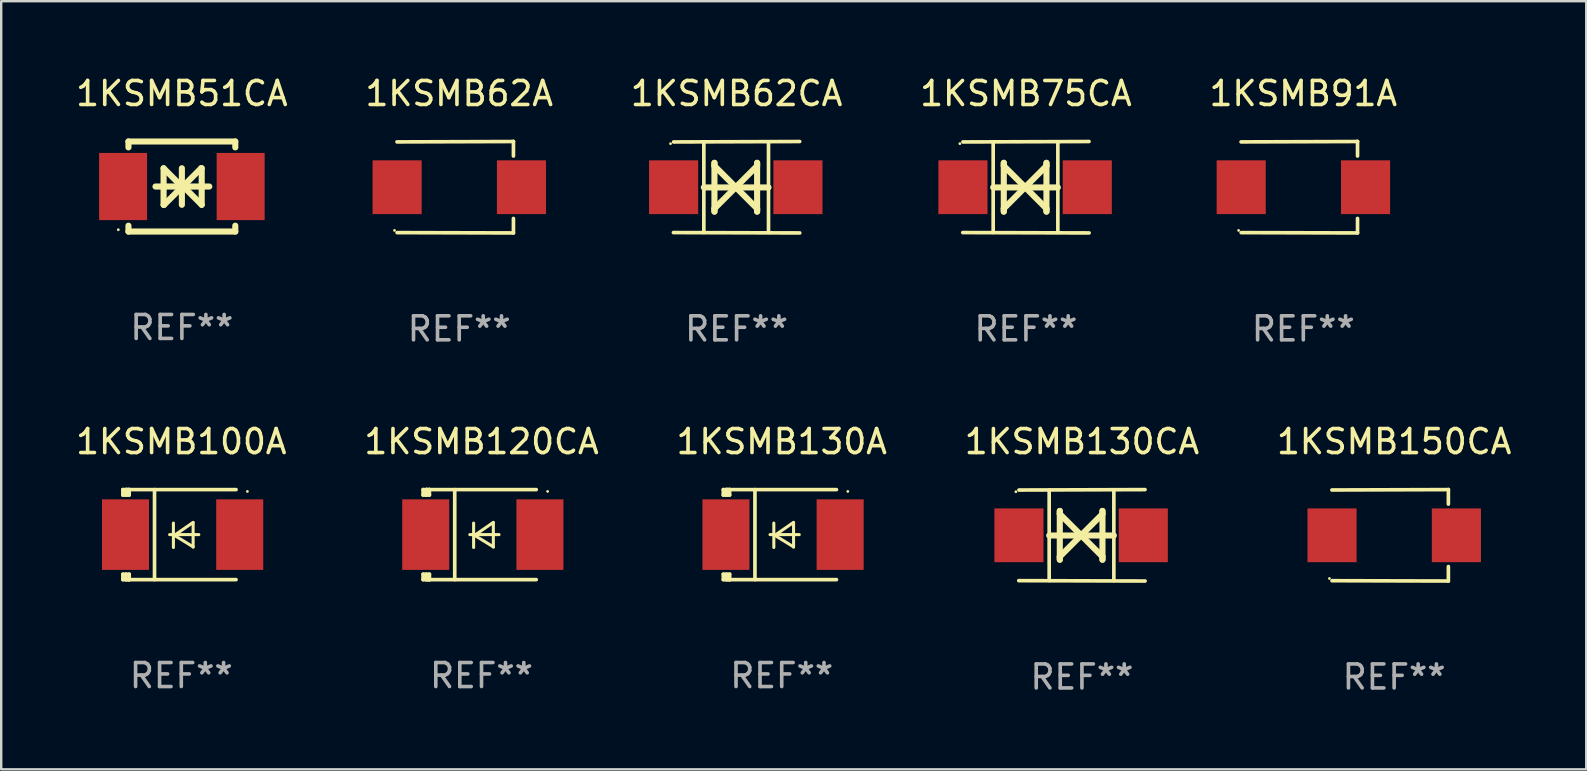
<source format=kicad_pcb>
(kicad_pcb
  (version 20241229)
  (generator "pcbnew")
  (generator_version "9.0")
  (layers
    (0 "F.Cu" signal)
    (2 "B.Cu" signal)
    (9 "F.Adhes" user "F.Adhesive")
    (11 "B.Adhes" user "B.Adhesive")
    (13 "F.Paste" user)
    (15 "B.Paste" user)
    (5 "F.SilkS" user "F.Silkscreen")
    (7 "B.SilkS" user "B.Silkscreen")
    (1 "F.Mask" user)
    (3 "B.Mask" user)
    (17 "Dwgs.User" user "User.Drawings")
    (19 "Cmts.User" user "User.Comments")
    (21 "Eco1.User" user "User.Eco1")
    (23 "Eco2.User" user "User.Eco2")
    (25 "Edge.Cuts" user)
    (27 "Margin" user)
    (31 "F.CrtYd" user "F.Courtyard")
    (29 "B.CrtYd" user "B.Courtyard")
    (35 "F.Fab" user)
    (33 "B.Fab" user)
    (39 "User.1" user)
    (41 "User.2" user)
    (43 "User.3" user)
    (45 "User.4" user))
  (footprint "1KSMB51CA"
    (layer "F.Cu")
    (at 4.53 4.724)
    (property "Reference" "1KSMB51CA" (at 0 -3.876 0) (layer "F.SilkS") (effects (font (size 1 1) (thickness 0.15))))
    (attr through_hole)
    (fp_line (start -2.226 -1.876) (end -2.226 -1.631) (stroke (width 0.254) (type solid)) (layer "F.SilkS"))
    (fp_line (start -2.226 -1.876) (end 2.226 -1.876) (stroke (width 0.254) (type solid)) (layer "F.SilkS"))
    (fp_line (start -2.226 1.631) (end -2.226 1.876) (stroke (width 0.254) (type solid)) (layer "F.SilkS"))
    (fp_line (start -2.226 1.876) (end 2.226 1.876) (stroke (width 0.254) (type solid)) (layer "F.SilkS"))
    (fp_line (start -1.1 0) (end 1.143 0) (stroke (width 0.254) (type solid)) (layer "F.SilkS"))
    (fp_line (start -0.762 -0.762) (end -0.762 0.762) (stroke (width 0.254) (type solid)) (layer "F.SilkS"))
    (fp_line (start -0.762 0.762) (end -0.741 0.762) (stroke (width 0.254) (type solid)) (layer "F.SilkS"))
    (fp_line (start -0.741 0.762) (end 0.021 0) (stroke (width 0.254) (type solid)) (layer "F.SilkS"))
    (fp_line (start 0 -0.762) (end 0 0.762) (stroke (width 0.254) (type solid)) (layer "F.SilkS"))
    (fp_line (start 0 0) (end -0.762 -0.762) (stroke (width 0.254) (type solid)) (layer "F.SilkS"))
    (fp_line (start 0.021 0) (end 0 0) (stroke (width 0.254) (type solid)) (layer "F.SilkS"))
    (fp_line (start 0.042 0) (end 0.064 0) (stroke (width 0.254) (type solid)) (layer "F.SilkS"))
    (fp_line (start 0.064 0) (end 0.826 0.762) (stroke (width 0.254) (type solid)) (layer "F.SilkS"))
    (fp_line (start 0.804 -0.762) (end 0.042 0) (stroke (width 0.254) (type solid)) (layer "F.SilkS"))
    (fp_line (start 0.826 -0.762) (end 0.804 -0.762) (stroke (width 0.254) (type solid)) (layer "F.SilkS"))
    (fp_line (start 0.826 0.762) (end 0.826 -0.762) (stroke (width 0.254) (type solid)) (layer "F.SilkS"))
    (fp_line (start 2.226 -1.876) (end 2.226 -1.631) (stroke (width 0.254) (type solid)) (layer "F.SilkS"))
    (fp_line (start 2.226 1.631) (end 2.226 1.876) (stroke (width 0.254) (type solid)) (layer "F.SilkS"))
    (fp_circle (center -2.65 1.8) (end -2.62 1.8) (stroke (width 0.06) (type solid)) (fill no) (layer "F.SilkS"))
    (fp_text user "REF**" (at 0 5.876 0) (layer "F.Fab") (effects (font (size 1 1) (thickness 0.15))))
    (pad "1" smd rect (at -2.45 0 180) (size 2 2.8) (layers "F.Cu" "F.Mask" "F.Paste"))
    (pad "2" smd rect (at 2.45 0 180) (size 2 2.8) (layers "F.Cu" "F.Mask" "F.Paste")))
  (footprint "1KSMB130CA"
    (layer "F.Cu")
    (at 42.042 19.26)
    (property "Reference" "1KSMB130CA" (at 0 -3.905 0) (layer "F.SilkS") (effects (font (size 1 1) (thickness 0.15))))
    (attr through_hole)
    (fp_line (start -1.365 1.886) (end -1.365 -1.886) (stroke (width 0.152) (type solid)) (layer "F.SilkS"))
    (fp_line (start -1.365 0.008) (end 1.33 0.008) (stroke (width 0.254) (type solid)) (layer "F.SilkS"))
    (fp_line (start -0.923 -1.016) (end -0.923 1.016) (stroke (width 0.254) (type solid)) (layer "F.SilkS"))
    (fp_line (start -0.923 -0.889) (end -0.923 -1.016) (stroke (width 0.254) (type solid)) (layer "F.SilkS"))
    (fp_line (start -0.923 0.889) (end -0.034 0) (stroke (width 0.254) (type solid)) (layer "F.SilkS"))
    (fp_line (start -0.923 1.016) (end -0.923 0.889) (stroke (width 0.254) (type solid)) (layer "F.SilkS"))
    (fp_line (start -0.034 0) (end -0.923 -0.889) (stroke (width 0.254) (type solid)) (layer "F.SilkS"))
    (fp_line (start -0.034 0) (end 0.855 0.889) (stroke (width 0.254) (type solid)) (layer "F.SilkS"))
    (fp_line (start 0.855 -1.016) (end 0.855 -0.889) (stroke (width 0.254) (type solid)) (layer "F.SilkS"))
    (fp_line (start 0.855 -0.889) (end -0.034 0) (stroke (width 0.254) (type solid)) (layer "F.SilkS"))
    (fp_line (start 0.855 0.889) (end 0.855 1.016) (stroke (width 0.254) (type solid)) (layer "F.SilkS"))
    (fp_line (start 0.855 1.016) (end 0.855 -1.016) (stroke (width 0.254) (type solid)) (layer "F.SilkS"))
    (fp_line (start 1.33 1.886) (end 1.33 -1.886) (stroke (width 0.152) (type solid)) (layer "F.SilkS"))
    (fp_line (start 2.629 -1.905) (end -2.625 -1.887) (stroke (width 0.152) (type solid)) (layer "F.SilkS"))
    (fp_line (start 2.633 1.905) (end -2.633 1.89) (stroke (width 0.152) (type solid)) (layer "F.SilkS"))
    (fp_circle (center -2.753 -1.816) (end -2.723 -1.816) (stroke (width 0.06) (type solid)) (fill no) (layer "F.SilkS"))
    (fp_text user "REF**" (at 0 5.905 0) (layer "F.Fab") (effects (font (size 1 1) (thickness 0.15))))
    (pad "1" smd rect (at -2.625 0) (size 2.047 2.241) (layers "F.Cu" "F.Mask" "F.Paste"))
    (pad "2" smd rect (at 2.557 0) (size 2.047 2.241) (layers "F.Cu" "F.Mask" "F.Paste")))
  (footprint "1KSMB62CA"
    (layer "F.Cu")
    (at 27.649 4.753)
    (property "Reference" "1KSMB62CA" (at 0 -3.905 0) (layer "F.SilkS") (effects (font (size 1 1) (thickness 0.15))))
    (attr through_hole)
    (fp_line (start -1.365 1.886) (end -1.365 -1.886) (stroke (width 0.152) (type solid)) (layer "F.SilkS"))
    (fp_line (start -1.365 0.008) (end 1.33 0.008) (stroke (width 0.254) (type solid)) (layer "F.SilkS"))
    (fp_line (start -0.923 -1.016) (end -0.923 1.016) (stroke (width 0.254) (type solid)) (layer "F.SilkS"))
    (fp_line (start -0.923 -0.889) (end -0.923 -1.016) (stroke (width 0.254) (type solid)) (layer "F.SilkS"))
    (fp_line (start -0.923 0.889) (end -0.034 0) (stroke (width 0.254) (type solid)) (layer "F.SilkS"))
    (fp_line (start -0.923 1.016) (end -0.923 0.889) (stroke (width 0.254) (type solid)) (layer "F.SilkS"))
    (fp_line (start -0.034 0) (end -0.923 -0.889) (stroke (width 0.254) (type solid)) (layer "F.SilkS"))
    (fp_line (start -0.034 0) (end 0.855 0.889) (stroke (width 0.254) (type solid)) (layer "F.SilkS"))
    (fp_line (start 0.855 -1.016) (end 0.855 -0.889) (stroke (width 0.254) (type solid)) (layer "F.SilkS"))
    (fp_line (start 0.855 -0.889) (end -0.034 0) (stroke (width 0.254) (type solid)) (layer "F.SilkS"))
    (fp_line (start 0.855 0.889) (end 0.855 1.016) (stroke (width 0.254) (type solid)) (layer "F.SilkS"))
    (fp_line (start 0.855 1.016) (end 0.855 -1.016) (stroke (width 0.254) (type solid)) (layer "F.SilkS"))
    (fp_line (start 1.33 1.886) (end 1.33 -1.886) (stroke (width 0.152) (type solid)) (layer "F.SilkS"))
    (fp_line (start 2.629 -1.905) (end -2.625 -1.887) (stroke (width 0.152) (type solid)) (layer "F.SilkS"))
    (fp_line (start 2.633 1.905) (end -2.633 1.89) (stroke (width 0.152) (type solid)) (layer "F.SilkS"))
    (fp_circle (center -2.753 -1.816) (end -2.723 -1.816) (stroke (width 0.06) (type solid)) (fill no) (layer "F.SilkS"))
    (fp_text user "REF**" (at 0 5.905 0) (layer "F.Fab") (effects (font (size 1 1) (thickness 0.15))))
    (pad "1" smd rect (at -2.625 0) (size 2.047 2.241) (layers "F.Cu" "F.Mask" "F.Paste"))
    (pad "2" smd rect (at 2.557 0) (size 2.047 2.241) (layers "F.Cu" "F.Mask" "F.Paste")))
  (footprint "1KSMB120CA"
    (layer "F.Cu")
    (at 17.018 19.231)
    (property "Reference" "1KSMB120CA" (at 0 -3.876 0) (layer "F.SilkS") (effects (font (size 1 1) (thickness 0.15))))
    (attr through_hole)
    (fp_line (start -2.435 1.65) (end -2.171 1.65) (stroke (width 0.152) (type solid)) (layer "F.SilkS"))
    (fp_line (start -2.435 1.876) (end -2.435 1.65) (stroke (width 0.152) (type solid)) (layer "F.SilkS"))
    (fp_line (start -2.435 -1.876) (end -2.171 -1.876) (stroke (width 0.152) (type solid)) (layer "F.SilkS"))
    (fp_line (start -2.435 -1.65) (end -2.435 -1.876) (stroke (width 0.152) (type solid)) (layer "F.SilkS"))
    (fp_line (start -2.305 -1.866) (end -2.295 -1.876) (stroke (width 0.152) (type solid)) (layer "F.SilkS"))
    (fp_line (start -2.305 -1.65) (end -2.305 -1.866) (stroke (width 0.152) (type solid)) (layer "F.SilkS"))
    (fp_line (start -2.305 1.876) (end -2.305 1.65) (stroke (width 0.152) (type solid)) (layer "F.SilkS"))
    (fp_line (start -2.295 -1.876) (end -2.295 -1.65) (stroke (width 0.152) (type solid)) (layer "F.SilkS"))
    (fp_line (start -2.171 1.876) (end -2.435 1.876) (stroke (width 0.152) (type solid)) (layer "F.SilkS"))
    (fp_line (start -2.171 -1.65) (end -2.435 -1.65) (stroke (width 0.152) (type solid)) (layer "F.SilkS"))
    (fp_line (start -2.171 -1.876) (end -2.295 -1.876) (stroke (width 0.152) (type solid)) (layer "F.SilkS"))
    (fp_line (start -2.171 -1.65) (end -2.171 -1.876) (stroke (width 0.152) (type solid)) (layer "F.SilkS"))
    (fp_line (start -2.171 1.876) (end -2.305 1.876) (stroke (width 0.152) (type solid)) (layer "F.SilkS"))
    (fp_line (start -2.171 1.876) (end -2.171 1.65) (stroke (width 0.152) (type solid)) (layer "F.SilkS"))
    (fp_line (start -1.116 1.876) (end -1.116 -1.876) (stroke (width 0.152) (type solid)) (layer "F.SilkS"))
    (fp_line (start -0.488 0.000102) (end 0.731 0.000102) (stroke (width 0.127) (type solid)) (layer "F.SilkS"))
    (fp_line (start -0.329 -0.48) (end -0.329 0.536) (stroke (width 0.127) (type solid)) (layer "F.SilkS"))
    (fp_line (start -0.29 0.03) (end 0.493 0.51) (stroke (width 0.127) (type solid)) (layer "F.SilkS"))
    (fp_line (start 0.493 -0.51) (end -0.29 0.03) (stroke (width 0.127) (type solid)) (layer "F.SilkS"))
    (fp_line (start 0.493 0.52) (end 0.493 -0.496) (stroke (width 0.127) (type solid)) (layer "F.SilkS"))
    (fp_line (start 2.281 -1.876) (end -2.171 -1.876) (stroke (width 0.152) (type solid)) (layer "F.SilkS"))
    (fp_line (start 2.281 1.876) (end -2.171 1.876) (stroke (width 0.152) (type solid)) (layer "F.SilkS"))
    (fp_circle (center 2.755 -1.8) (end 2.785 -1.8) (stroke (width 0.06) (type solid)) (fill no) (layer "F.SilkS"))
    (fp_text user "REF**" (at 0 5.876 0) (layer "F.Fab") (effects (font (size 1 1) (thickness 0.15))))
    (pad "1" smd rect (at 2.435 -0.000025 180) (size 1.96 2.94) (layers "F.Cu" "F.Mask" "F.Paste"))
    (pad "2" smd rect (at -2.325 -0.000025 180) (size 1.96 2.94) (layers "F.Cu" "F.Mask" "F.Paste")))
  (footprint "1KSMB62A"
    (layer "F.Cu")
    (at 16.089 4.753)
    (property "Reference" "1KSMB62A" (at 0 -3.905 0) (layer "F.SilkS") (effects (font (size 1 1) (thickness 0.15))))
    (attr through_hole)
    (fp_line (start 2.256 -1.905) (end -2.594 -1.889) (stroke (width 0.152) (type solid)) (layer "F.SilkS"))
    (fp_line (start 2.256 -1.905) (end 2.26 -1.905) (stroke (width 0.152) (type solid)) (layer "F.SilkS"))
    (fp_line (start 2.26 -1.905) (end 2.26 -1.301) (stroke (width 0.152) (type solid)) (layer "F.SilkS"))
    (fp_line (start 2.26 1.301) (end 2.26 1.905) (stroke (width 0.152) (type solid)) (layer "F.SilkS"))
    (fp_line (start 2.26 1.905) (end -2.59 1.892) (stroke (width 0.152) (type solid)) (layer "F.SilkS"))
    (fp_circle (center -2.697 1.8) (end -2.667 1.8) (stroke (width 0.06) (type solid)) (fill no) (layer "F.SilkS"))
    (fp_text user "REF**" (at 0 5.905 0) (layer "F.Fab") (effects (font (size 1 1) (thickness 0.15))))
    (pad "1" smd rect (at -2.588 0) (size 2.047 2.241) (layers "F.Cu" "F.Mask" "F.Paste"))
    (pad "2" smd rect (at 2.594 0) (size 2.047 2.241) (layers "F.Cu" "F.Mask" "F.Paste")))
  (footprint "1KSMB75CA"
    (layer "F.Cu")
    (at 39.708 4.753)
    (property "Reference" "1KSMB75CA" (at 0 -3.905 0) (layer "F.SilkS") (effects (font (size 1 1) (thickness 0.15))))
    (attr through_hole)
    (fp_line (start -1.365 1.886) (end -1.365 -1.886) (stroke (width 0.152) (type solid)) (layer "F.SilkS"))
    (fp_line (start -1.365 0.008) (end 1.33 0.008) (stroke (width 0.254) (type solid)) (layer "F.SilkS"))
    (fp_line (start -0.923 -1.016) (end -0.923 1.016) (stroke (width 0.254) (type solid)) (layer "F.SilkS"))
    (fp_line (start -0.923 -0.889) (end -0.923 -1.016) (stroke (width 0.254) (type solid)) (layer "F.SilkS"))
    (fp_line (start -0.923 0.889) (end -0.034 0) (stroke (width 0.254) (type solid)) (layer "F.SilkS"))
    (fp_line (start -0.923 1.016) (end -0.923 0.889) (stroke (width 0.254) (type solid)) (layer "F.SilkS"))
    (fp_line (start -0.034 0) (end -0.923 -0.889) (stroke (width 0.254) (type solid)) (layer "F.SilkS"))
    (fp_line (start -0.034 0) (end 0.855 0.889) (stroke (width 0.254) (type solid)) (layer "F.SilkS"))
    (fp_line (start 0.855 -1.016) (end 0.855 -0.889) (stroke (width 0.254) (type solid)) (layer "F.SilkS"))
    (fp_line (start 0.855 -0.889) (end -0.034 0) (stroke (width 0.254) (type solid)) (layer "F.SilkS"))
    (fp_line (start 0.855 0.889) (end 0.855 1.016) (stroke (width 0.254) (type solid)) (layer "F.SilkS"))
    (fp_line (start 0.855 1.016) (end 0.855 -1.016) (stroke (width 0.254) (type solid)) (layer "F.SilkS"))
    (fp_line (start 1.33 1.886) (end 1.33 -1.886) (stroke (width 0.152) (type solid)) (layer "F.SilkS"))
    (fp_line (start 2.629 -1.905) (end -2.625 -1.887) (stroke (width 0.152) (type solid)) (layer "F.SilkS"))
    (fp_line (start 2.633 1.905) (end -2.633 1.89) (stroke (width 0.152) (type solid)) (layer "F.SilkS"))
    (fp_circle (center -2.753 -1.816) (end -2.723 -1.816) (stroke (width 0.06) (type solid)) (fill no) (layer "F.SilkS"))
    (fp_text user "REF**" (at 0 5.905 0) (layer "F.Fab") (effects (font (size 1 1) (thickness 0.15))))
    (pad "1" smd rect (at -2.625 0) (size 2.047 2.241) (layers "F.Cu" "F.Mask" "F.Paste"))
    (pad "2" smd rect (at 2.557 0) (size 2.047 2.241) (layers "F.Cu" "F.Mask" "F.Paste")))
  (footprint "1KSMB91A"
    (layer "F.Cu")
    (at 51.268 4.753)
    (property "Reference" "1KSMB91A" (at 0 -3.905 0) (layer "F.SilkS") (effects (font (size 1 1) (thickness 0.15))))
    (attr through_hole)
    (fp_line (start 2.256 -1.905) (end -2.594 -1.889) (stroke (width 0.152) (type solid)) (layer "F.SilkS"))
    (fp_line (start 2.256 -1.905) (end 2.26 -1.905) (stroke (width 0.152) (type solid)) (layer "F.SilkS"))
    (fp_line (start 2.26 -1.905) (end 2.26 -1.301) (stroke (width 0.152) (type solid)) (layer "F.SilkS"))
    (fp_line (start 2.26 1.301) (end 2.26 1.905) (stroke (width 0.152) (type solid)) (layer "F.SilkS"))
    (fp_line (start 2.26 1.905) (end -2.59 1.892) (stroke (width 0.152) (type solid)) (layer "F.SilkS"))
    (fp_circle (center -2.697 1.8) (end -2.667 1.8) (stroke (width 0.06) (type solid)) (fill no) (layer "F.SilkS"))
    (fp_text user "REF**" (at 0 5.905 0) (layer "F.Fab") (effects (font (size 1 1) (thickness 0.15))))
    (pad "1" smd rect (at -2.588 0) (size 2.047 2.241) (layers "F.Cu" "F.Mask" "F.Paste"))
    (pad "2" smd rect (at 2.594 0) (size 2.047 2.241) (layers "F.Cu" "F.Mask" "F.Paste")))
  (footprint "1KSMB150CA"
    (layer "F.Cu")
    (at 55.054 19.26)
    (property "Reference" "1KSMB150CA" (at 0 -3.905 0) (layer "F.SilkS") (effects (font (size 1 1) (thickness 0.15))))
    (attr through_hole)
    (fp_line (start 2.256 -1.905) (end -2.594 -1.889) (stroke (width 0.152) (type solid)) (layer "F.SilkS"))
    (fp_line (start 2.256 -1.905) (end 2.26 -1.905) (stroke (width 0.152) (type solid)) (layer "F.SilkS"))
    (fp_line (start 2.26 -1.905) (end 2.26 -1.301) (stroke (width 0.152) (type solid)) (layer "F.SilkS"))
    (fp_line (start 2.26 1.301) (end 2.26 1.905) (stroke (width 0.152) (type solid)) (layer "F.SilkS"))
    (fp_line (start 2.26 1.905) (end -2.59 1.892) (stroke (width 0.152) (type solid)) (layer "F.SilkS"))
    (fp_circle (center -2.697 1.8) (end -2.667 1.8) (stroke (width 0.06) (type solid)) (fill no) (layer "F.SilkS"))
    (fp_text user "REF**" (at 0 5.905 0) (layer "F.Fab") (effects (font (size 1 1) (thickness 0.15))))
    (pad "1" smd rect (at -2.588 0) (size 2.047 2.241) (layers "F.Cu" "F.Mask" "F.Paste"))
    (pad "2" smd rect (at 2.594 0) (size 2.047 2.241) (layers "F.Cu" "F.Mask" "F.Paste")))
  (footprint "1KSMB100A"
    (layer "F.Cu")
    (at 4.506 19.231)
    (property "Reference" "1KSMB100A" (at 0 -3.876 0) (layer "F.SilkS") (effects (font (size 1 1) (thickness 0.15))))
    (attr through_hole)
    (fp_line (start -2.435 1.65) (end -2.171 1.65) (stroke (width 0.152) (type solid)) (layer "F.SilkS"))
    (fp_line (start -2.435 1.876) (end -2.435 1.65) (stroke (width 0.152) (type solid)) (layer "F.SilkS"))
    (fp_line (start -2.435 -1.876) (end -2.171 -1.876) (stroke (width 0.152) (type solid)) (layer "F.SilkS"))
    (fp_line (start -2.435 -1.65) (end -2.435 -1.876) (stroke (width 0.152) (type solid)) (layer "F.SilkS"))
    (fp_line (start -2.305 -1.866) (end -2.295 -1.876) (stroke (width 0.152) (type solid)) (layer "F.SilkS"))
    (fp_line (start -2.305 -1.65) (end -2.305 -1.866) (stroke (width 0.152) (type solid)) (layer "F.SilkS"))
    (fp_line (start -2.305 1.876) (end -2.305 1.65) (stroke (width 0.152) (type solid)) (layer "F.SilkS"))
    (fp_line (start -2.295 -1.876) (end -2.295 -1.65) (stroke (width 0.152) (type solid)) (layer "F.SilkS"))
    (fp_line (start -2.171 1.876) (end -2.435 1.876) (stroke (width 0.152) (type solid)) (layer "F.SilkS"))
    (fp_line (start -2.171 -1.65) (end -2.435 -1.65) (stroke (width 0.152) (type solid)) (layer "F.SilkS"))
    (fp_line (start -2.171 -1.876) (end -2.295 -1.876) (stroke (width 0.152) (type solid)) (layer "F.SilkS"))
    (fp_line (start -2.171 -1.65) (end -2.171 -1.876) (stroke (width 0.152) (type solid)) (layer "F.SilkS"))
    (fp_line (start -2.171 1.876) (end -2.305 1.876) (stroke (width 0.152) (type solid)) (layer "F.SilkS"))
    (fp_line (start -2.171 1.876) (end -2.171 1.65) (stroke (width 0.152) (type solid)) (layer "F.SilkS"))
    (fp_line (start -1.116 1.876) (end -1.116 -1.876) (stroke (width 0.152) (type solid)) (layer "F.SilkS"))
    (fp_line (start -0.488 0.000102) (end 0.731 0.000102) (stroke (width 0.127) (type solid)) (layer "F.SilkS"))
    (fp_line (start -0.329 -0.48) (end -0.329 0.536) (stroke (width 0.127) (type solid)) (layer "F.SilkS"))
    (fp_line (start -0.29 0.03) (end 0.493 0.51) (stroke (width 0.127) (type solid)) (layer "F.SilkS"))
    (fp_line (start 0.493 -0.51) (end -0.29 0.03) (stroke (width 0.127) (type solid)) (layer "F.SilkS"))
    (fp_line (start 0.493 0.52) (end 0.493 -0.496) (stroke (width 0.127) (type solid)) (layer "F.SilkS"))
    (fp_line (start 2.281 -1.876) (end -2.171 -1.876) (stroke (width 0.152) (type solid)) (layer "F.SilkS"))
    (fp_line (start 2.281 1.876) (end -2.171 1.876) (stroke (width 0.152) (type solid)) (layer "F.SilkS"))
    (fp_circle (center 2.755 -1.8) (end 2.785 -1.8) (stroke (width 0.06) (type solid)) (fill no) (layer "F.SilkS"))
    (fp_text user "REF**" (at 0 5.876 0) (layer "F.Fab") (effects (font (size 1 1) (thickness 0.15))))
    (pad "1" smd rect (at 2.435 -0.000025 180) (size 1.96 2.94) (layers "F.Cu" "F.Mask" "F.Paste"))
    (pad "2" smd rect (at -2.325 -0.000025 180) (size 1.96 2.94) (layers "F.Cu" "F.Mask" "F.Paste")))
  (footprint "1KSMB130A"
    (layer "F.Cu")
    (at 29.53 19.231)
    (property "Reference" "1KSMB130A" (at 0 -3.876 0) (layer "F.SilkS") (effects (font (size 1 1) (thickness 0.15))))
    (attr through_hole)
    (fp_line (start -2.435 1.65) (end -2.171 1.65) (stroke (width 0.152) (type solid)) (layer "F.SilkS"))
    (fp_line (start -2.435 1.876) (end -2.435 1.65) (stroke (width 0.152) (type solid)) (layer "F.SilkS"))
    (fp_line (start -2.435 -1.876) (end -2.171 -1.876) (stroke (width 0.152) (type solid)) (layer "F.SilkS"))
    (fp_line (start -2.435 -1.65) (end -2.435 -1.876) (stroke (width 0.152) (type solid)) (layer "F.SilkS"))
    (fp_line (start -2.305 -1.866) (end -2.295 -1.876) (stroke (width 0.152) (type solid)) (layer "F.SilkS"))
    (fp_line (start -2.305 -1.65) (end -2.305 -1.866) (stroke (width 0.152) (type solid)) (layer "F.SilkS"))
    (fp_line (start -2.305 1.876) (end -2.305 1.65) (stroke (width 0.152) (type solid)) (layer "F.SilkS"))
    (fp_line (start -2.295 -1.876) (end -2.295 -1.65) (stroke (width 0.152) (type solid)) (layer "F.SilkS"))
    (fp_line (start -2.171 1.876) (end -2.435 1.876) (stroke (width 0.152) (type solid)) (layer "F.SilkS"))
    (fp_line (start -2.171 -1.65) (end -2.435 -1.65) (stroke (width 0.152) (type solid)) (layer "F.SilkS"))
    (fp_line (start -2.171 -1.876) (end -2.295 -1.876) (stroke (width 0.152) (type solid)) (layer "F.SilkS"))
    (fp_line (start -2.171 -1.65) (end -2.171 -1.876) (stroke (width 0.152) (type solid)) (layer "F.SilkS"))
    (fp_line (start -2.171 1.876) (end -2.305 1.876) (stroke (width 0.152) (type solid)) (layer "F.SilkS"))
    (fp_line (start -2.171 1.876) (end -2.171 1.65) (stroke (width 0.152) (type solid)) (layer "F.SilkS"))
    (fp_line (start -1.116 1.876) (end -1.116 -1.876) (stroke (width 0.152) (type solid)) (layer "F.SilkS"))
    (fp_line (start -0.488 0.000102) (end 0.731 0.000102) (stroke (width 0.127) (type solid)) (layer "F.SilkS"))
    (fp_line (start -0.329 -0.48) (end -0.329 0.536) (stroke (width 0.127) (type solid)) (layer "F.SilkS"))
    (fp_line (start -0.29 0.03) (end 0.493 0.51) (stroke (width 0.127) (type solid)) (layer "F.SilkS"))
    (fp_line (start 0.493 -0.51) (end -0.29 0.03) (stroke (width 0.127) (type solid)) (layer "F.SilkS"))
    (fp_line (start 0.493 0.52) (end 0.493 -0.496) (stroke (width 0.127) (type solid)) (layer "F.SilkS"))
    (fp_line (start 2.281 -1.876) (end -2.171 -1.876) (stroke (width 0.152) (type solid)) (layer "F.SilkS"))
    (fp_line (start 2.281 1.876) (end -2.171 1.876) (stroke (width 0.152) (type solid)) (layer "F.SilkS"))
    (fp_circle (center 2.755 -1.8) (end 2.785 -1.8) (stroke (width 0.06) (type solid)) (fill no) (layer "F.SilkS"))
    (fp_text user "REF**" (at 0 5.876 0) (layer "F.Fab") (effects (font (size 1 1) (thickness 0.15))))
    (pad "1" smd rect (at 2.435 -0.000025 180) (size 1.96 2.94) (layers "F.Cu" "F.Mask" "F.Paste"))
    (pad "2" smd rect (at -2.325 -0.000025 180) (size 1.96 2.94) (layers "F.Cu" "F.Mask" "F.Paste")))
  (gr_rect
    (start -3 -3)
    (end 63.06 29.013)
    (stroke (width 0.1) (type default))
    (fill no)
    (layer "Edge.Cuts")))
</source>
